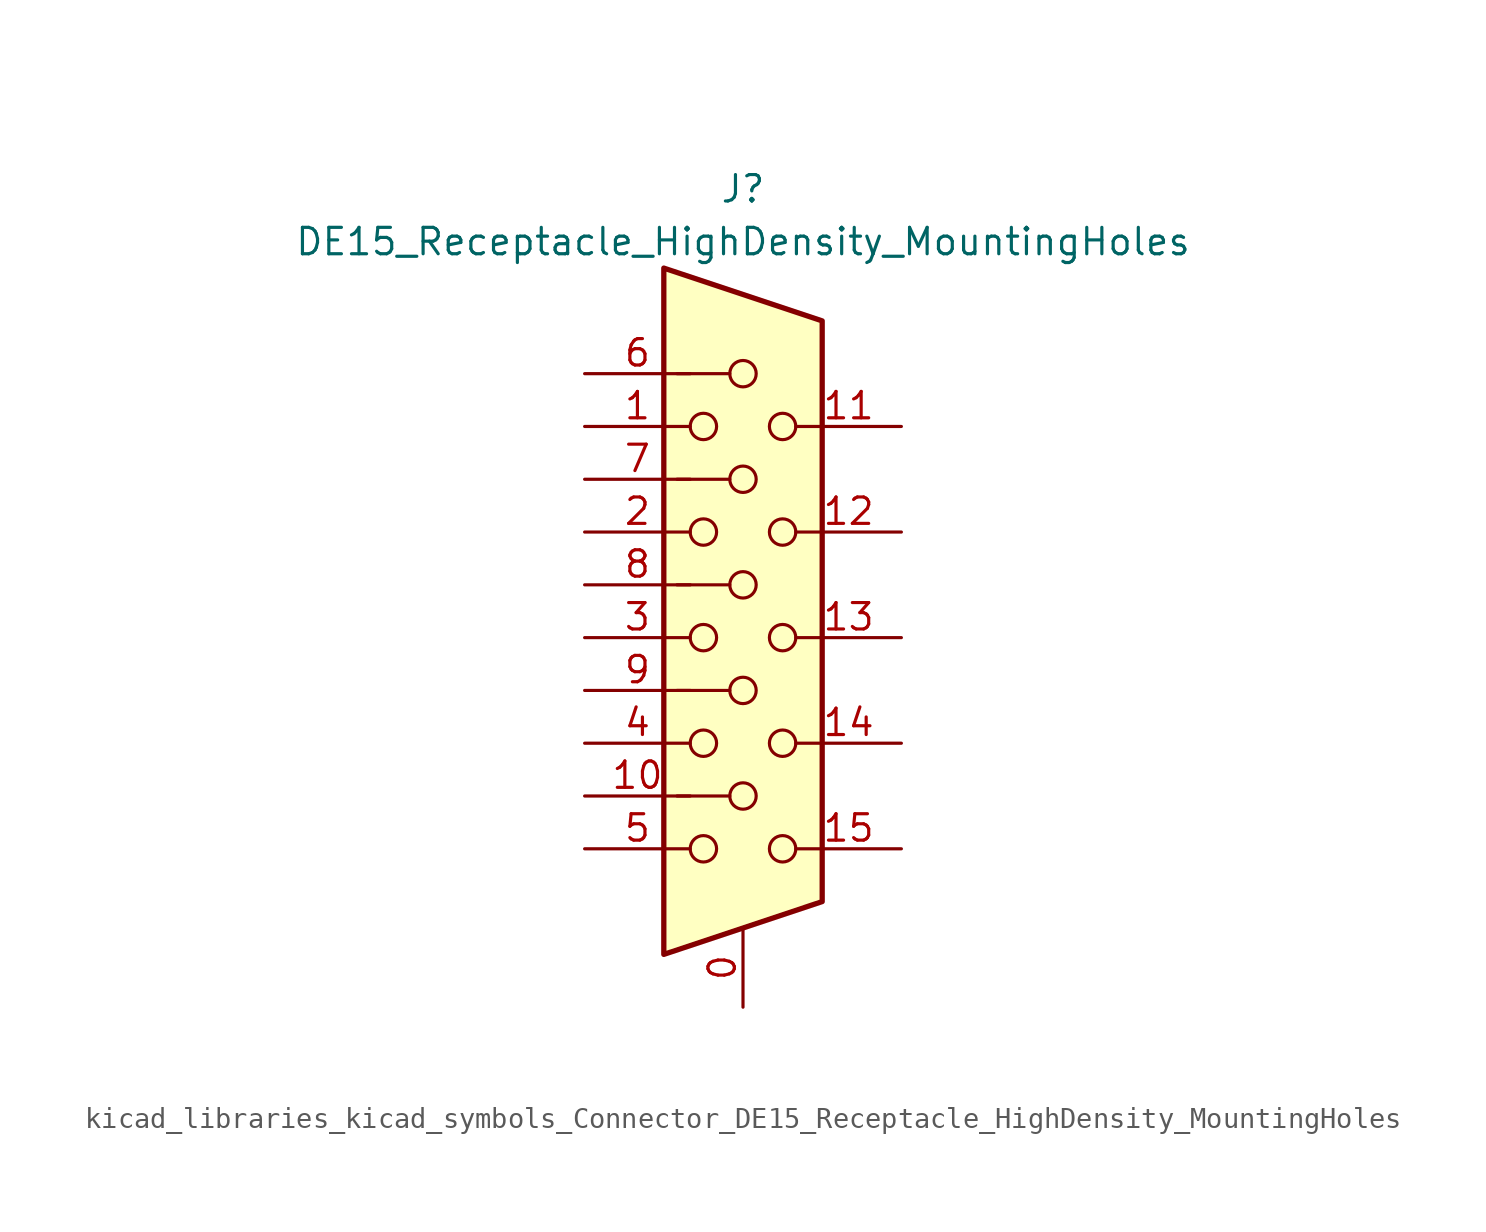
<source format=kicad_sym>
(kicad_symbol_lib
  (version 20220914)
  (generator kicad_symbol_editor)
  (symbol "kicad_libraries_kicad_symbols_Connector_DE15_Receptacle_HighDensity_MountingHoles"
    (pin_names
      (offset 1.016) hide)
    (property "Reference" "J"
      (at 0 21.59 0)
      (effects (font (size 1.27 1.27))))
    (property "Value" "DE15_Receptacle_HighDensity_MountingHoles"
      (at 0 19.05 0)
      (effects (font (size 1.27 1.27))))
    (symbol "kicad_libraries_kicad_symbols_Connector_DE15_Receptacle_HighDensity_MountingHoles_0_1"
      (circle (center -1.905 -10.16) (radius 0.635) (stroke (width 0) (type default)) (fill (type none)))
      (circle (center -1.905 -5.08) (radius 0.635) (stroke (width 0) (type default)) (fill (type none)))
      (circle (center -1.905 0) (radius 0.635) (stroke (width 0) (type default)) (fill (type none)))
      (circle (center -1.905 5.08) (radius 0.635) (stroke (width 0) (type default)) (fill (type none)))
      (circle (center -1.905 10.16) (radius 0.635) (stroke (width 0) (type default)) (fill (type none)))
      (circle (center 0 -7.62) (radius 0.635) (stroke (width 0) (type default)) (fill (type none)))
      (circle (center 0 -2.54) (radius 0.635) (stroke (width 0) (type default)) (fill (type none)))
      (polyline (pts (xy -3.175 7.62) (xy -0.635 7.62)) (stroke (width 0) (type default)) (fill (type none)))
      (polyline (pts (xy -0.635 -7.62) (xy -3.175 -7.62)) (stroke (width 0) (type default)) (fill (type none)))
      (polyline (pts (xy -0.635 -2.54) (xy -3.175 -2.54)) (stroke (width 0) (type default)) (fill (type none)))
      (polyline (pts (xy -0.635 2.54) (xy -3.175 2.54)) (stroke (width 0) (type default)) (fill (type none)))
      (polyline (pts (xy -0.635 12.7) (xy -3.175 12.7)) (stroke (width 0) (type default)) (fill (type none)))
      (polyline (pts (xy -3.81 17.78) (xy -3.81 -15.24) (xy 3.81 -12.7) (xy 3.81 15.24) (xy -3.81 17.78)) (stroke (width 0.254) (type default)) (fill (type background)))
      (circle (center 0 2.54) (radius 0.635) (stroke (width 0) (type default)) (fill (type none)))
      (circle (center 0 7.62) (radius 0.635) (stroke (width 0) (type default)) (fill (type none)))
      (circle (center 0 12.7) (radius 0.635) (stroke (width 0) (type default)) (fill (type none)))
      (circle (center 1.905 -10.16) (radius 0.635) (stroke (width 0) (type default)) (fill (type none)))
      (circle (center 1.905 -5.08) (radius 0.635) (stroke (width 0) (type default)) (fill (type none)))
      (circle (center 1.905 0) (radius 0.635) (stroke (width 0) (type default)) (fill (type none)))
      (circle (center 1.905 5.08) (radius 0.635) (stroke (width 0) (type default)) (fill (type none)))
      (circle (center 1.905 10.16) (radius 0.635) (stroke (width 0) (type default)) (fill (type none))))
    (symbol "kicad_libraries_kicad_symbols_Connector_DE15_Receptacle_HighDensity_MountingHoles_1_1"
      (pin passive line (at 0 -17.78 90) (length 3.81) (name "~" (effects (font (size 1.27 1.27)))) (number "0" (effects (font (size 1.27 1.27)))))
      (pin passive line (at -7.62 10.16 0) (length 5.08) (name "~" (effects (font (size 1.27 1.27)))) (number "1" (effects (font (size 1.27 1.27)))))
      (pin passive line (at -7.62 -7.62 0) (length 5.08) (name "~" (effects (font (size 1.27 1.27)))) (number "10" (effects (font (size 1.27 1.27)))))
      (pin passive line (at 7.62 10.16 180) (length 5.08) (name "~" (effects (font (size 1.27 1.27)))) (number "11" (effects (font (size 1.27 1.27)))))
      (pin passive line (at 7.62 5.08 180) (length 5.08) (name "~" (effects (font (size 1.27 1.27)))) (number "12" (effects (font (size 1.27 1.27)))))
      (pin passive line (at 7.62 0 180) (length 5.08) (name "~" (effects (font (size 1.27 1.27)))) (number "13" (effects (font (size 1.27 1.27)))))
      (pin passive line (at 7.62 -5.08 180) (length 5.08) (name "~" (effects (font (size 1.27 1.27)))) (number "14" (effects (font (size 1.27 1.27)))))
      (pin passive line (at 7.62 -10.16 180) (length 5.08) (name "~" (effects (font (size 1.27 1.27)))) (number "15" (effects (font (size 1.27 1.27)))))
      (pin passive line (at -7.62 5.08 0) (length 5.08) (name "~" (effects (font (size 1.27 1.27)))) (number "2" (effects (font (size 1.27 1.27)))))
      (pin passive line (at -7.62 0 0) (length 5.08) (name "~" (effects (font (size 1.27 1.27)))) (number "3" (effects (font (size 1.27 1.27)))))
      (pin passive line (at -7.62 -5.08 0) (length 5.08) (name "~" (effects (font (size 1.27 1.27)))) (number "4" (effects (font (size 1.27 1.27)))))
      (pin passive line (at -7.62 -10.16 0) (length 5.08) (name "~" (effects (font (size 1.27 1.27)))) (number "5" (effects (font (size 1.27 1.27)))))
      (pin passive line (at -7.62 12.7 0) (length 5.08) (name "~" (effects (font (size 1.27 1.27)))) (number "6" (effects (font (size 1.27 1.27)))))
      (pin passive line (at -7.62 7.62 0) (length 5.08) (name "~" (effects (font (size 1.27 1.27)))) (number "7" (effects (font (size 1.27 1.27)))))
      (pin passive line (at -7.62 2.54 0) (length 5.08) (name "~" (effects (font (size 1.27 1.27)))) (number "8" (effects (font (size 1.27 1.27)))))
      (pin passive line (at -7.62 -2.54 0) (length 5.08) (name "~" (effects (font (size 1.27 1.27)))) (number "9" (effects (font (size 1.27 1.27))))))))
</source>
